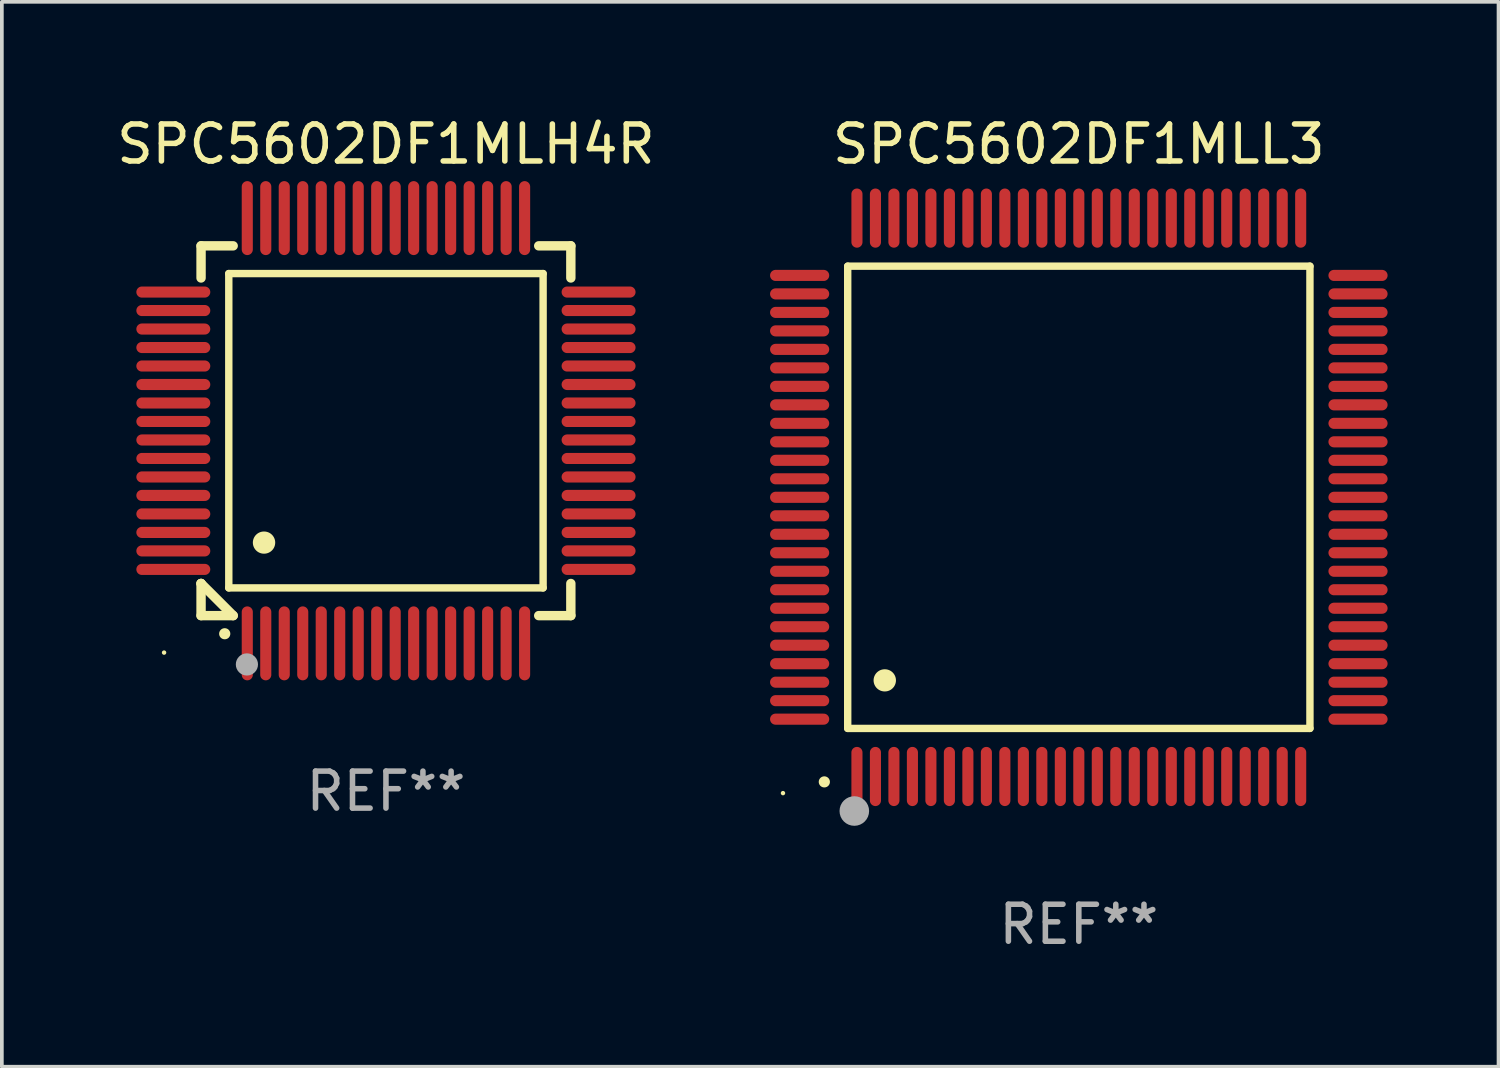
<source format=kicad_pcb>
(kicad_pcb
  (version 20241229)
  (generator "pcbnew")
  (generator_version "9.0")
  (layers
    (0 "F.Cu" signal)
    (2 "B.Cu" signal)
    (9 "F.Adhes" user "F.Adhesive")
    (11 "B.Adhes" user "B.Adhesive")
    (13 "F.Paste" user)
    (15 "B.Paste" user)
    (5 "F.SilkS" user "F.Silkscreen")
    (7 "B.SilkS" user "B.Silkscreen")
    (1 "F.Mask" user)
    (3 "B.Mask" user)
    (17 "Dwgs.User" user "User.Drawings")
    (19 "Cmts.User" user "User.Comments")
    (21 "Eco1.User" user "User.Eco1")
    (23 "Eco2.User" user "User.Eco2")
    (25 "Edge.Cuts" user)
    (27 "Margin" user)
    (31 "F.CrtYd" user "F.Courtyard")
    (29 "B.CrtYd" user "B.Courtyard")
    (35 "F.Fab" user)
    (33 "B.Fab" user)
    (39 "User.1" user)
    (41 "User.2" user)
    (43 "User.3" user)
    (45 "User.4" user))
  (footprint "SPC5602DF1MLH4R"
    (layer "F.Cu")
    (at 7.387 8.598)
    (property "Reference" "SPC5602DF1MLH4R" (at 0 -7.75 0) (layer "F.SilkS") (effects (font (size 1 1) (thickness 0.15))))
    (attr through_hole)
    (fp_line (start -5 -5) (end -4.131 -5) (stroke (width 0.254) (type solid)) (layer "F.SilkS"))
    (fp_line (start -5 -4.131) (end -5 -5) (stroke (width 0.254) (type solid)) (layer "F.SilkS"))
    (fp_line (start -5 4.131) (end -5 4.131) (stroke (width 0.254) (type solid)) (layer "F.SilkS"))
    (fp_line (start -5 5) (end -5 4.131) (stroke (width 0.254) (type solid)) (layer "F.SilkS"))
    (fp_line (start -5 4.131) (end -4.131 5) (stroke (width 0.254) (type solid)) (layer "F.SilkS"))
    (fp_line (start -4.25 -4.25) (end -4.25 4.25) (stroke (width 0.2) (type solid)) (layer "F.SilkS"))
    (fp_line (start -4.25 4.25) (end 4.25 4.25) (stroke (width 0.2) (type solid)) (layer "F.SilkS"))
    (fp_line (start -4.131 5) (end -5 5) (stroke (width 0.254) (type solid)) (layer "F.SilkS"))
    (fp_line (start 4.25 -4.25) (end -4.25 -4.25) (stroke (width 0.2) (type solid)) (layer "F.SilkS"))
    (fp_line (start 4.25 4.25) (end 4.25 -4.25) (stroke (width 0.2) (type solid)) (layer "F.SilkS"))
    (fp_line (start 5 -5) (end 4.131 -5) (stroke (width 0.254) (type solid)) (layer "F.SilkS"))
    (fp_line (start 5 -5) (end 5 -4.131) (stroke (width 0.254) (type solid)) (layer "F.SilkS"))
    (fp_line (start 5 4.131) (end 5 5) (stroke (width 0.254) (type solid)) (layer "F.SilkS"))
    (fp_line (start 5 5) (end 4.131 5) (stroke (width 0.254) (type solid)) (layer "F.SilkS"))
    (fp_arc (start -4.361265 5.489992) (mid -4.359995 5.489987) (end -4.358725 5.489992) (stroke (width 0.3) (type solid)) (layer "F.SilkS"))
    (fp_arc (start -3.299467 3.025146) (mid -3.296927 3.025135) (end -3.294387 3.025146) (stroke (width 0.6) (type solid)) (layer "F.SilkS"))
    (fp_circle (center -6 6) (end -5.97 6) (stroke (width 0.06) (type solid)) (fill no) (layer "F.SilkS"))
    (fp_circle (center -3.76 6.32) (end -3.61 6.32) (stroke (width 0.3) (type solid)) (fill no) (layer "F.Fab"))
    (fp_text user "REF**" (at 0 9.75 0) (layer "F.Fab") (effects (font (size 1 1) (thickness 0.15))))
    (pad "1" smd oval (at -3.75 5.75) (size 0.3 2) (layers "F.Cu" "F.Mask" "F.Paste"))
    (pad "2" smd oval (at -3.25 5.75) (size 0.3 2) (layers "F.Cu" "F.Mask" "F.Paste"))
    (pad "3" smd oval (at -2.75 5.75) (size 0.3 2) (layers "F.Cu" "F.Mask" "F.Paste"))
    (pad "4" smd oval (at -2.25 5.75) (size 0.3 2) (layers "F.Cu" "F.Mask" "F.Paste"))
    (pad "5" smd oval (at -1.75 5.75) (size 0.3 2) (layers "F.Cu" "F.Mask" "F.Paste"))
    (pad "6" smd oval (at -1.25 5.75) (size 0.3 2) (layers "F.Cu" "F.Mask" "F.Paste"))
    (pad "7" smd oval (at -0.75 5.75) (size 0.3 2) (layers "F.Cu" "F.Mask" "F.Paste"))
    (pad "8" smd oval (at -0.25 5.75) (size 0.3 2) (layers "F.Cu" "F.Mask" "F.Paste"))
    (pad "9" smd oval (at 0.25 5.75) (size 0.3 2) (layers "F.Cu" "F.Mask" "F.Paste"))
    (pad "10" smd oval (at 0.75 5.75) (size 0.3 2) (layers "F.Cu" "F.Mask" "F.Paste"))
    (pad "11" smd oval (at 1.25 5.75) (size 0.3 2) (layers "F.Cu" "F.Mask" "F.Paste"))
    (pad "12" smd oval (at 1.75 5.75) (size 0.3 2) (layers "F.Cu" "F.Mask" "F.Paste"))
    (pad "13" smd oval (at 2.25 5.75) (size 0.3 2) (layers "F.Cu" "F.Mask" "F.Paste"))
    (pad "14" smd oval (at 2.75 5.75) (size 0.3 2) (layers "F.Cu" "F.Mask" "F.Paste"))
    (pad "15" smd oval (at 3.25 5.75) (size 0.3 2) (layers "F.Cu" "F.Mask" "F.Paste"))
    (pad "16" smd oval (at 3.75 5.75) (size 0.3 2) (layers "F.Cu" "F.Mask" "F.Paste"))
    (pad "17" smd oval (at 5.75 3.75) (size 2 0.3) (layers "F.Cu" "F.Mask" "F.Paste"))
    (pad "18" smd oval (at 5.75 3.25) (size 2 0.3) (layers "F.Cu" "F.Mask" "F.Paste"))
    (pad "19" smd oval (at 5.75 2.75) (size 2 0.3) (layers "F.Cu" "F.Mask" "F.Paste"))
    (pad "20" smd oval (at 5.75 2.25) (size 2 0.3) (layers "F.Cu" "F.Mask" "F.Paste"))
    (pad "21" smd oval (at 5.75 1.75) (size 2 0.3) (layers "F.Cu" "F.Mask" "F.Paste"))
    (pad "22" smd oval (at 5.75 1.25) (size 2 0.3) (layers "F.Cu" "F.Mask" "F.Paste"))
    (pad "23" smd oval (at 5.75 0.75) (size 2 0.3) (layers "F.Cu" "F.Mask" "F.Paste"))
    (pad "24" smd oval (at 5.75 0.25) (size 2 0.3) (layers "F.Cu" "F.Mask" "F.Paste"))
    (pad "25" smd oval (at 5.75 -0.25) (size 2 0.3) (layers "F.Cu" "F.Mask" "F.Paste"))
    (pad "26" smd oval (at 5.75 -0.75) (size 2 0.3) (layers "F.Cu" "F.Mask" "F.Paste"))
    (pad "27" smd oval (at 5.75 -1.25) (size 2 0.3) (layers "F.Cu" "F.Mask" "F.Paste"))
    (pad "28" smd oval (at 5.75 -1.75) (size 2 0.3) (layers "F.Cu" "F.Mask" "F.Paste"))
    (pad "29" smd oval (at 5.75 -2.25) (size 2 0.3) (layers "F.Cu" "F.Mask" "F.Paste"))
    (pad "30" smd oval (at 5.75 -2.75) (size 2 0.3) (layers "F.Cu" "F.Mask" "F.Paste"))
    (pad "31" smd oval (at 5.75 -3.25) (size 2 0.3) (layers "F.Cu" "F.Mask" "F.Paste"))
    (pad "32" smd oval (at 5.75 -3.75) (size 2 0.3) (layers "F.Cu" "F.Mask" "F.Paste"))
    (pad "33" smd oval (at 3.75 -5.75) (size 0.3 2) (layers "F.Cu" "F.Mask" "F.Paste"))
    (pad "34" smd oval (at 3.25 -5.75) (size 0.3 2) (layers "F.Cu" "F.Mask" "F.Paste"))
    (pad "35" smd oval (at 2.75 -5.75) (size 0.3 2) (layers "F.Cu" "F.Mask" "F.Paste"))
    (pad "36" smd oval (at 2.25 -5.75) (size 0.3 2) (layers "F.Cu" "F.Mask" "F.Paste"))
    (pad "37" smd oval (at 1.75 -5.75) (size 0.3 2) (layers "F.Cu" "F.Mask" "F.Paste"))
    (pad "38" smd oval (at 1.25 -5.75) (size 0.3 2) (layers "F.Cu" "F.Mask" "F.Paste"))
    (pad "39" smd oval (at 0.75 -5.75) (size 0.3 2) (layers "F.Cu" "F.Mask" "F.Paste"))
    (pad "40" smd oval (at 0.25 -5.75) (size 0.3 2) (layers "F.Cu" "F.Mask" "F.Paste"))
    (pad "41" smd oval (at -0.25 -5.75) (size 0.3 2) (layers "F.Cu" "F.Mask" "F.Paste"))
    (pad "42" smd oval (at -0.75 -5.75) (size 0.3 2) (layers "F.Cu" "F.Mask" "F.Paste"))
    (pad "43" smd oval (at -1.25 -5.75) (size 0.3 2) (layers "F.Cu" "F.Mask" "F.Paste"))
    (pad "44" smd oval (at -1.75 -5.75) (size 0.3 2) (layers "F.Cu" "F.Mask" "F.Paste"))
    (pad "45" smd oval (at -2.25 -5.75) (size 0.3 2) (layers "F.Cu" "F.Mask" "F.Paste"))
    (pad "46" smd oval (at -2.75 -5.75) (size 0.3 2) (layers "F.Cu" "F.Mask" "F.Paste"))
    (pad "47" smd oval (at -3.25 -5.75) (size 0.3 2) (layers "F.Cu" "F.Mask" "F.Paste"))
    (pad "48" smd oval (at -3.75 -5.75) (size 0.3 2) (layers "F.Cu" "F.Mask" "F.Paste"))
    (pad "49" smd oval (at -5.75 -3.75) (size 2 0.3) (layers "F.Cu" "F.Mask" "F.Paste"))
    (pad "50" smd oval (at -5.75 -3.25) (size 2 0.3) (layers "F.Cu" "F.Mask" "F.Paste"))
    (pad "51" smd oval (at -5.75 -2.75) (size 2 0.3) (layers "F.Cu" "F.Mask" "F.Paste"))
    (pad "52" smd oval (at -5.75 -2.25) (size 2 0.3) (layers "F.Cu" "F.Mask" "F.Paste"))
    (pad "53" smd oval (at -5.75 -1.75) (size 2 0.3) (layers "F.Cu" "F.Mask" "F.Paste"))
    (pad "54" smd oval (at -5.75 -1.25) (size 2 0.3) (layers "F.Cu" "F.Mask" "F.Paste"))
    (pad "55" smd oval (at -5.75 -0.75) (size 2 0.3) (layers "F.Cu" "F.Mask" "F.Paste"))
    (pad "56" smd oval (at -5.75 -0.25) (size 2 0.3) (layers "F.Cu" "F.Mask" "F.Paste"))
    (pad "57" smd oval (at -5.75 0.25) (size 2 0.3) (layers "F.Cu" "F.Mask" "F.Paste"))
    (pad "58" smd oval (at -5.75 0.75) (size 2 0.3) (layers "F.Cu" "F.Mask" "F.Paste"))
    (pad "59" smd oval (at -5.75 1.25) (size 2 0.3) (layers "F.Cu" "F.Mask" "F.Paste"))
    (pad "60" smd oval (at -5.75 1.75) (size 2 0.3) (layers "F.Cu" "F.Mask" "F.Paste"))
    (pad "61" smd oval (at -5.75 2.25) (size 2 0.3) (layers "F.Cu" "F.Mask" "F.Paste"))
    (pad "62" smd oval (at -5.75 2.75) (size 2 0.3) (layers "F.Cu" "F.Mask" "F.Paste"))
    (pad "63" smd oval (at -5.75 3.25) (size 2 0.3) (layers "F.Cu" "F.Mask" "F.Paste"))
    (pad "64" smd oval (at -5.75 3.75) (size 2 0.3) (layers "F.Cu" "F.Mask" "F.Paste")))
  (footprint "SPC5602DF1MLL3"
    (layer "F.Cu")
    (at 26.124 10.398)
    (property "Reference" "SPC5602DF1MLL3" (at 0 -9.55 0) (layer "F.SilkS") (effects (font (size 1 1) (thickness 0.15))))
    (attr through_hole)
    (fp_line (start -6.25 -6.25) (end -6.25 6.25) (stroke (width 0.2) (type solid)) (layer "F.SilkS"))
    (fp_line (start -6.25 6.25) (end 6.25 6.25) (stroke (width 0.2) (type solid)) (layer "F.SilkS"))
    (fp_line (start 6.25 -6.25) (end -6.25 -6.25) (stroke (width 0.2) (type solid)) (layer "F.SilkS"))
    (fp_line (start 6.25 6.25) (end 6.25 -6.25) (stroke (width 0.2) (type solid)) (layer "F.SilkS"))
    (fp_arc (start -6.883414 7.696215) (mid -6.882144 7.69621) (end -6.880874 7.696215) (stroke (width 0.3) (type solid)) (layer "F.SilkS"))
    (fp_arc (start -5.250191 4.95047) (mid -5.247651 4.950459) (end -5.245111 4.95047) (stroke (width 0.6) (type solid)) (layer "F.SilkS"))
    (fp_circle (center -8 8) (end -7.97 8) (stroke (width 0.06) (type solid)) (fill no) (layer "F.SilkS"))
    (fp_circle (center -6.071 8.484) (end -5.871 8.484) (stroke (width 0.4) (type solid)) (fill no) (layer "F.Fab"))
    (fp_text user "REF**" (at 0 11.55 0) (layer "F.Fab") (effects (font (size 1 1) (thickness 0.15))))
    (pad "1" smd oval (at -6 7.55) (size 0.3 1.6) (layers "F.Cu" "F.Mask" "F.Paste"))
    (pad "2" smd oval (at -5.5 7.55) (size 0.3 1.6) (layers "F.Cu" "F.Mask" "F.Paste"))
    (pad "3" smd oval (at -5 7.55) (size 0.3 1.6) (layers "F.Cu" "F.Mask" "F.Paste"))
    (pad "4" smd oval (at -4.5 7.55) (size 0.3 1.6) (layers "F.Cu" "F.Mask" "F.Paste"))
    (pad "5" smd oval (at -4 7.55) (size 0.3 1.6) (layers "F.Cu" "F.Mask" "F.Paste"))
    (pad "6" smd oval (at -3.5 7.55) (size 0.3 1.6) (layers "F.Cu" "F.Mask" "F.Paste"))
    (pad "7" smd oval (at -3 7.55) (size 0.3 1.6) (layers "F.Cu" "F.Mask" "F.Paste"))
    (pad "8" smd oval (at -2.5 7.55) (size 0.3 1.6) (layers "F.Cu" "F.Mask" "F.Paste"))
    (pad "9" smd oval (at -2 7.55) (size 0.3 1.6) (layers "F.Cu" "F.Mask" "F.Paste"))
    (pad "10" smd oval (at -1.5 7.55) (size 0.3 1.6) (layers "F.Cu" "F.Mask" "F.Paste"))
    (pad "11" smd oval (at -1 7.55) (size 0.3 1.6) (layers "F.Cu" "F.Mask" "F.Paste"))
    (pad "12" smd oval (at -0.5 7.55) (size 0.3 1.6) (layers "F.Cu" "F.Mask" "F.Paste"))
    (pad "13" smd oval (at 0 7.55) (size 0.3 1.6) (layers "F.Cu" "F.Mask" "F.Paste"))
    (pad "14" smd oval (at 0.5 7.55) (size 0.3 1.6) (layers "F.Cu" "F.Mask" "F.Paste"))
    (pad "15" smd oval (at 1 7.55) (size 0.3 1.6) (layers "F.Cu" "F.Mask" "F.Paste"))
    (pad "16" smd oval (at 1.5 7.55) (size 0.3 1.6) (layers "F.Cu" "F.Mask" "F.Paste"))
    (pad "17" smd oval (at 2 7.55) (size 0.3 1.6) (layers "F.Cu" "F.Mask" "F.Paste"))
    (pad "18" smd oval (at 2.5 7.55) (size 0.3 1.6) (layers "F.Cu" "F.Mask" "F.Paste"))
    (pad "19" smd oval (at 3 7.55) (size 0.3 1.6) (layers "F.Cu" "F.Mask" "F.Paste"))
    (pad "20" smd oval (at 3.5 7.55) (size 0.3 1.6) (layers "F.Cu" "F.Mask" "F.Paste"))
    (pad "21" smd oval (at 4 7.55) (size 0.3 1.6) (layers "F.Cu" "F.Mask" "F.Paste"))
    (pad "22" smd oval (at 4.5 7.55) (size 0.3 1.6) (layers "F.Cu" "F.Mask" "F.Paste"))
    (pad "23" smd oval (at 5 7.55) (size 0.3 1.6) (layers "F.Cu" "F.Mask" "F.Paste"))
    (pad "24" smd oval (at 5.5 7.55) (size 0.3 1.6) (layers "F.Cu" "F.Mask" "F.Paste"))
    (pad "25" smd oval (at 6 7.55) (size 0.3 1.6) (layers "F.Cu" "F.Mask" "F.Paste"))
    (pad "26" smd oval (at 7.55 6) (size 1.6 0.3) (layers "F.Cu" "F.Mask" "F.Paste"))
    (pad "27" smd oval (at 7.55 5.5) (size 1.6 0.3) (layers "F.Cu" "F.Mask" "F.Paste"))
    (pad "28" smd oval (at 7.55 5) (size 1.6 0.3) (layers "F.Cu" "F.Mask" "F.Paste"))
    (pad "29" smd oval (at 7.55 4.5) (size 1.6 0.3) (layers "F.Cu" "F.Mask" "F.Paste"))
    (pad "30" smd oval (at 7.55 4) (size 1.6 0.3) (layers "F.Cu" "F.Mask" "F.Paste"))
    (pad "31" smd oval (at 7.55 3.5) (size 1.6 0.3) (layers "F.Cu" "F.Mask" "F.Paste"))
    (pad "32" smd oval (at 7.55 3) (size 1.6 0.3) (layers "F.Cu" "F.Mask" "F.Paste"))
    (pad "33" smd oval (at 7.55 2.5) (size 1.6 0.3) (layers "F.Cu" "F.Mask" "F.Paste"))
    (pad "34" smd oval (at 7.55 2) (size 1.6 0.3) (layers "F.Cu" "F.Mask" "F.Paste"))
    (pad "35" smd oval (at 7.55 1.5) (size 1.6 0.3) (layers "F.Cu" "F.Mask" "F.Paste"))
    (pad "36" smd oval (at 7.55 1) (size 1.6 0.3) (layers "F.Cu" "F.Mask" "F.Paste"))
    (pad "37" smd oval (at 7.55 0.5) (size 1.6 0.3) (layers "F.Cu" "F.Mask" "F.Paste"))
    (pad "38" smd oval (at 7.55 0) (size 1.6 0.3) (layers "F.Cu" "F.Mask" "F.Paste"))
    (pad "39" smd oval (at 7.55 -0.5) (size 1.6 0.3) (layers "F.Cu" "F.Mask" "F.Paste"))
    (pad "40" smd oval (at 7.55 -1) (size 1.6 0.3) (layers "F.Cu" "F.Mask" "F.Paste"))
    (pad "41" smd oval (at 7.55 -1.5) (size 1.6 0.3) (layers "F.Cu" "F.Mask" "F.Paste"))
    (pad "42" smd oval (at 7.55 -2) (size 1.6 0.3) (layers "F.Cu" "F.Mask" "F.Paste"))
    (pad "43" smd oval (at 7.55 -2.5) (size 1.6 0.3) (layers "F.Cu" "F.Mask" "F.Paste"))
    (pad "44" smd oval (at 7.55 -3) (size 1.6 0.3) (layers "F.Cu" "F.Mask" "F.Paste"))
    (pad "45" smd oval (at 7.55 -3.5) (size 1.6 0.3) (layers "F.Cu" "F.Mask" "F.Paste"))
    (pad "46" smd oval (at 7.55 -4) (size 1.6 0.3) (layers "F.Cu" "F.Mask" "F.Paste"))
    (pad "47" smd oval (at 7.55 -4.5) (size 1.6 0.3) (layers "F.Cu" "F.Mask" "F.Paste"))
    (pad "48" smd oval (at 7.55 -5) (size 1.6 0.3) (layers "F.Cu" "F.Mask" "F.Paste"))
    (pad "49" smd oval (at 7.55 -5.5) (size 1.6 0.3) (layers "F.Cu" "F.Mask" "F.Paste"))
    (pad "50" smd oval (at 7.55 -6) (size 1.6 0.3) (layers "F.Cu" "F.Mask" "F.Paste"))
    (pad "51" smd oval (at 6 -7.55) (size 0.3 1.6) (layers "F.Cu" "F.Mask" "F.Paste"))
    (pad "52" smd oval (at 5.5 -7.55) (size 0.3 1.6) (layers "F.Cu" "F.Mask" "F.Paste"))
    (pad "53" smd oval (at 5 -7.55) (size 0.3 1.6) (layers "F.Cu" "F.Mask" "F.Paste"))
    (pad "54" smd oval (at 4.5 -7.55) (size 0.3 1.6) (layers "F.Cu" "F.Mask" "F.Paste"))
    (pad "55" smd oval (at 4 -7.55) (size 0.3 1.6) (layers "F.Cu" "F.Mask" "F.Paste"))
    (pad "56" smd oval (at 3.5 -7.55) (size 0.3 1.6) (layers "F.Cu" "F.Mask" "F.Paste"))
    (pad "57" smd oval (at 3 -7.55) (size 0.3 1.6) (layers "F.Cu" "F.Mask" "F.Paste"))
    (pad "58" smd oval (at 2.5 -7.55) (size 0.3 1.6) (layers "F.Cu" "F.Mask" "F.Paste"))
    (pad "59" smd oval (at 2 -7.55) (size 0.3 1.6) (layers "F.Cu" "F.Mask" "F.Paste"))
    (pad "60" smd oval (at 1.5 -7.55) (size 0.3 1.6) (layers "F.Cu" "F.Mask" "F.Paste"))
    (pad "61" smd oval (at 1 -7.55) (size 0.3 1.6) (layers "F.Cu" "F.Mask" "F.Paste"))
    (pad "62" smd oval (at 0.5 -7.55) (size 0.3 1.6) (layers "F.Cu" "F.Mask" "F.Paste"))
    (pad "63" smd oval (at 0 -7.55) (size 0.3 1.6) (layers "F.Cu" "F.Mask" "F.Paste"))
    (pad "64" smd oval (at -0.5 -7.55) (size 0.3 1.6) (layers "F.Cu" "F.Mask" "F.Paste"))
    (pad "65" smd oval (at -1 -7.55) (size 0.3 1.6) (layers "F.Cu" "F.Mask" "F.Paste"))
    (pad "66" smd oval (at -1.5 -7.55) (size 0.3 1.6) (layers "F.Cu" "F.Mask" "F.Paste"))
    (pad "67" smd oval (at -2 -7.55) (size 0.3 1.6) (layers "F.Cu" "F.Mask" "F.Paste"))
    (pad "68" smd oval (at -2.5 -7.55) (size 0.3 1.6) (layers "F.Cu" "F.Mask" "F.Paste"))
    (pad "69" smd oval (at -3 -7.55) (size 0.3 1.6) (layers "F.Cu" "F.Mask" "F.Paste"))
    (pad "70" smd oval (at -3.5 -7.55) (size 0.3 1.6) (layers "F.Cu" "F.Mask" "F.Paste"))
    (pad "71" smd oval (at -4 -7.55) (size 0.3 1.6) (layers "F.Cu" "F.Mask" "F.Paste"))
    (pad "72" smd oval (at -4.5 -7.55) (size 0.3 1.6) (layers "F.Cu" "F.Mask" "F.Paste"))
    (pad "73" smd oval (at -5 -7.55) (size 0.3 1.6) (layers "F.Cu" "F.Mask" "F.Paste"))
    (pad "74" smd oval (at -5.5 -7.55) (size 0.3 1.6) (layers "F.Cu" "F.Mask" "F.Paste"))
    (pad "75" smd oval (at -6 -7.55) (size 0.3 1.6) (layers "F.Cu" "F.Mask" "F.Paste"))
    (pad "76" smd oval (at -7.55 -6) (size 1.6 0.3) (layers "F.Cu" "F.Mask" "F.Paste"))
    (pad "77" smd oval (at -7.55 -5.5) (size 1.6 0.3) (layers "F.Cu" "F.Mask" "F.Paste"))
    (pad "78" smd oval (at -7.55 -5) (size 1.6 0.3) (layers "F.Cu" "F.Mask" "F.Paste"))
    (pad "79" smd oval (at -7.55 -4.5) (size 1.6 0.3) (layers "F.Cu" "F.Mask" "F.Paste"))
    (pad "80" smd oval (at -7.55 -4) (size 1.6 0.3) (layers "F.Cu" "F.Mask" "F.Paste"))
    (pad "81" smd oval (at -7.55 -3.5) (size 1.6 0.3) (layers "F.Cu" "F.Mask" "F.Paste"))
    (pad "82" smd oval (at -7.55 -3) (size 1.6 0.3) (layers "F.Cu" "F.Mask" "F.Paste"))
    (pad "83" smd oval (at -7.55 -2.5) (size 1.6 0.3) (layers "F.Cu" "F.Mask" "F.Paste"))
    (pad "84" smd oval (at -7.55 -2) (size 1.6 0.3) (layers "F.Cu" "F.Mask" "F.Paste"))
    (pad "85" smd oval (at -7.55 -1.5) (size 1.6 0.3) (layers "F.Cu" "F.Mask" "F.Paste"))
    (pad "86" smd oval (at -7.55 -1) (size 1.6 0.3) (layers "F.Cu" "F.Mask" "F.Paste"))
    (pad "87" smd oval (at -7.55 -0.5) (size 1.6 0.3) (layers "F.Cu" "F.Mask" "F.Paste"))
    (pad "88" smd oval (at -7.55 0) (size 1.6 0.3) (layers "F.Cu" "F.Mask" "F.Paste"))
    (pad "89" smd oval (at -7.55 0.5) (size 1.6 0.3) (layers "F.Cu" "F.Mask" "F.Paste"))
    (pad "90" smd oval (at -7.55 1) (size 1.6 0.3) (layers "F.Cu" "F.Mask" "F.Paste"))
    (pad "91" smd oval (at -7.55 1.5) (size 1.6 0.3) (layers "F.Cu" "F.Mask" "F.Paste"))
    (pad "92" smd oval (at -7.55 2) (size 1.6 0.3) (layers "F.Cu" "F.Mask" "F.Paste"))
    (pad "93" smd oval (at -7.55 2.5) (size 1.6 0.3) (layers "F.Cu" "F.Mask" "F.Paste"))
    (pad "94" smd oval (at -7.55 3) (size 1.6 0.3) (layers "F.Cu" "F.Mask" "F.Paste"))
    (pad "95" smd oval (at -7.55 3.5) (size 1.6 0.3) (layers "F.Cu" "F.Mask" "F.Paste"))
    (pad "96" smd oval (at -7.55 4) (size 1.6 0.3) (layers "F.Cu" "F.Mask" "F.Paste"))
    (pad "97" smd oval (at -7.55 4.5) (size 1.6 0.3) (layers "F.Cu" "F.Mask" "F.Paste"))
    (pad "98" smd oval (at -7.55 5) (size 1.6 0.3) (layers "F.Cu" "F.Mask" "F.Paste"))
    (pad "99" smd oval (at -7.55 5.5) (size 1.6 0.3) (layers "F.Cu" "F.Mask" "F.Paste"))
    (pad "100" smd oval (at -7.55 6) (size 1.6 0.3) (layers "F.Cu" "F.Mask" "F.Paste")))
  (gr_rect
    (start -3 -3)
    (end 37.474 25.796)
    (stroke (width 0.1) (type default))
    (fill no)
    (layer "Edge.Cuts")))
</source>
